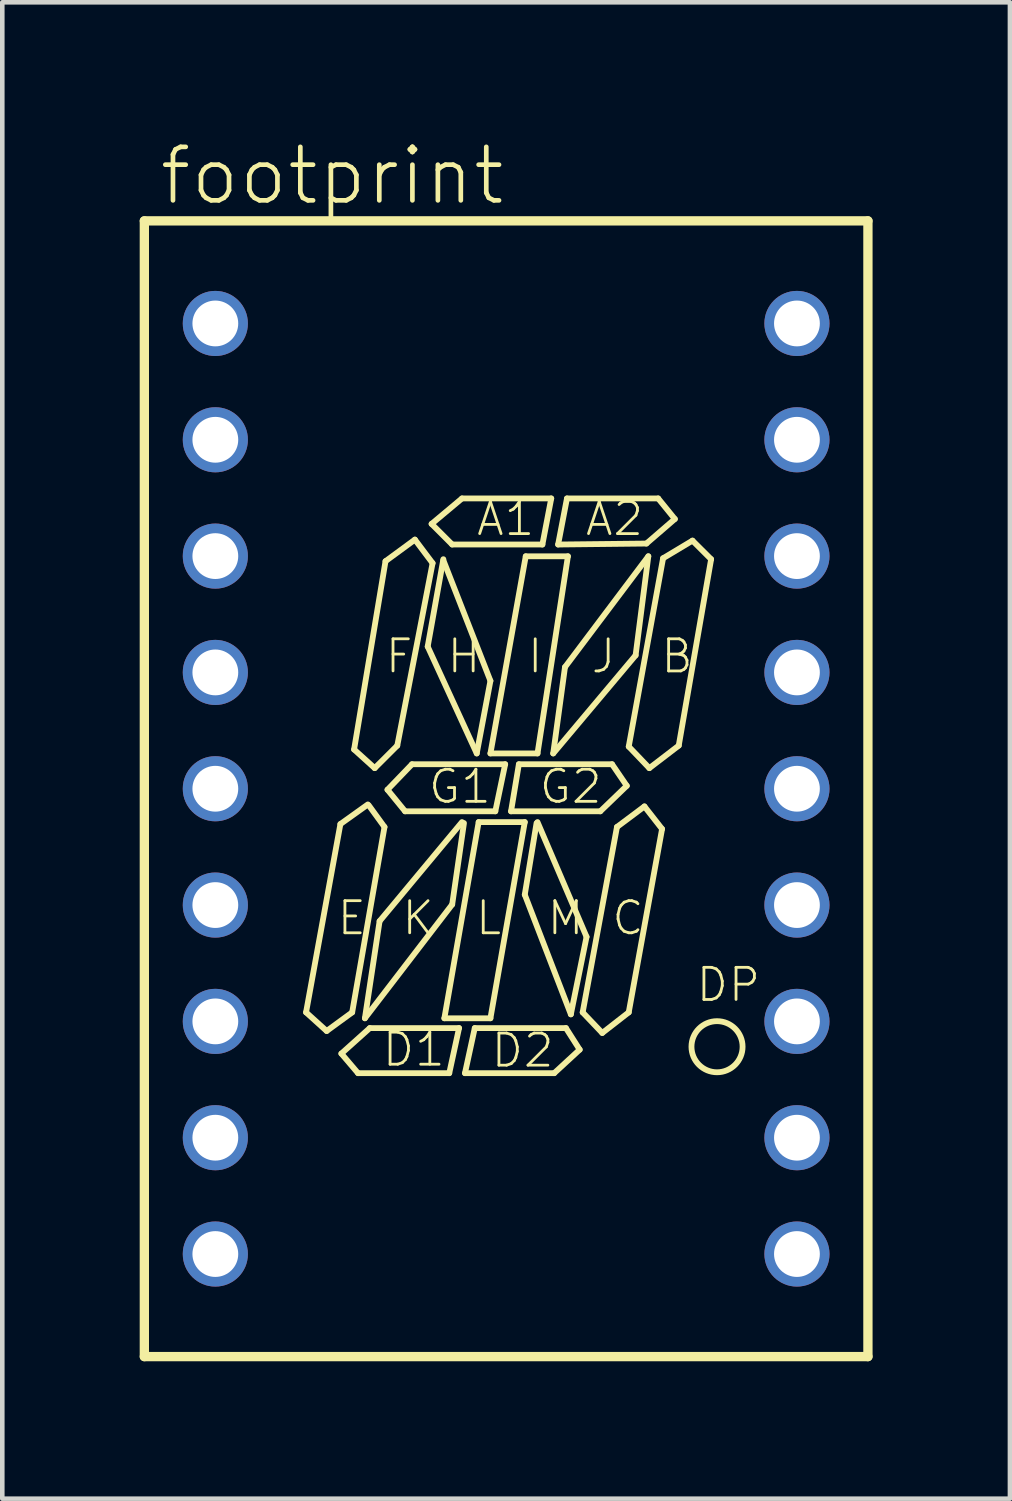
<source format=kicad_pcb>
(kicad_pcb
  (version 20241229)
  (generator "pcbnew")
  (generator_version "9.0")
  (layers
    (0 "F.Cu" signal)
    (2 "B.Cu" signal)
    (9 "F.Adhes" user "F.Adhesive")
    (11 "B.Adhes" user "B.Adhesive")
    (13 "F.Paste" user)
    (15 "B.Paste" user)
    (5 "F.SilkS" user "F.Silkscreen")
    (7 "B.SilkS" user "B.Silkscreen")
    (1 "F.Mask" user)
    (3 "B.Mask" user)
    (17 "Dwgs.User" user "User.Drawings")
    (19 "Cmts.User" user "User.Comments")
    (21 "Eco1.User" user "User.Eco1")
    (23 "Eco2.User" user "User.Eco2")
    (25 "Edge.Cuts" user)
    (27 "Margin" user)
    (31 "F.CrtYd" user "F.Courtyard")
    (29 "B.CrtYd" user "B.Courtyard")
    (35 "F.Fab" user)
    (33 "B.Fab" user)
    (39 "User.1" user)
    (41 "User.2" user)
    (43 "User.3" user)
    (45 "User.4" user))
  (footprint "footprint"
    (layer "F.Cu")
    (at 8.002 14.173)
    (property "Reference" "footprint" (at -7.62 -12.7 0) (layer "F.SilkS") (effects (font (size 1.168 1.168) (thickness 0.102)) (justify left bottom)))
    (fp_line (start -7.9 -12.4) (end 7.9 -12.4) (stroke (width 0.203) (type solid)) (layer "F.SilkS"))
    (fp_line (start -7.9 12.4) (end -7.9 -12.4) (stroke (width 0.203) (type solid)) (layer "F.SilkS"))
    (fp_line (start -4.369 4.883) (end -3.619 0.771) (stroke (width 0.127) (type solid)) (layer "F.SilkS"))
    (fp_line (start -3.919 5.29) (end -4.369 4.883) (stroke (width 0.127) (type solid)) (layer "F.SilkS"))
    (fp_line (start -3.619 0.771) (end -3.02 0.343) (stroke (width 0.127) (type solid)) (layer "F.SilkS"))
    (fp_line (start -3.598 5.783) (end -2.977 5.226) (stroke (width 0.127) (type solid)) (layer "F.SilkS"))
    (fp_line (start -3.362 4.883) (end -3.919 5.29) (stroke (width 0.127) (type solid)) (layer "F.SilkS"))
    (fp_line (start -3.32 -0.857) (end -2.634 -4.969) (stroke (width 0.127) (type solid)) (layer "F.SilkS"))
    (fp_line (start -3.234 6.211) (end -3.598 5.783) (stroke (width 0.127) (type solid)) (layer "F.SilkS"))
    (fp_line (start -3.084 5.012) (end -2.763 2.891) (stroke (width 0.127) (type solid)) (layer "F.SilkS"))
    (fp_line (start -2.998 0.364) (end -2.656 0.835) (stroke (width 0.127) (type solid)) (layer "F.SilkS"))
    (fp_line (start -2.977 5.226) (end -1.028 5.226) (stroke (width 0.127) (type solid)) (layer "F.SilkS"))
    (fp_line (start -2.87 -0.45) (end -3.32 -0.857) (stroke (width 0.127) (type solid)) (layer "F.SilkS"))
    (fp_line (start -2.763 2.891) (end -0.964 0.728) (stroke (width 0.127) (type solid)) (layer "F.SilkS"))
    (fp_line (start -2.656 0.835) (end -3.362 4.883) (stroke (width 0.127) (type solid)) (layer "F.SilkS"))
    (fp_line (start -2.634 -4.969) (end -1.992 -5.44) (stroke (width 0.127) (type solid)) (layer "F.SilkS"))
    (fp_line (start -2.591 0.021) (end -2.056 -0.535) (stroke (width 0.127) (type solid)) (layer "F.SilkS"))
    (fp_line (start -2.377 -0.942) (end -2.87 -0.45) (stroke (width 0.127) (type solid)) (layer "F.SilkS"))
    (fp_line (start -2.206 0.493) (end -2.591 0.021) (stroke (width 0.127) (type solid)) (layer "F.SilkS"))
    (fp_line (start -2.056 -0.535) (end -0.021 -0.535) (stroke (width 0.127) (type solid)) (layer "F.SilkS"))
    (fp_line (start -1.992 -5.44) (end -1.606 -4.926) (stroke (width 0.127) (type solid)) (layer "F.SilkS"))
    (fp_line (start -1.713 -3.105) (end -1.371 -5.012) (stroke (width 0.127) (type solid)) (layer "F.SilkS"))
    (fp_line (start -1.628 -5.783) (end -0.964 -6.339) (stroke (width 0.127) (type solid)) (layer "F.SilkS"))
    (fp_line (start -1.606 -4.926) (end -2.377 -0.942) (stroke (width 0.127) (type solid)) (layer "F.SilkS"))
    (fp_line (start -1.371 -4.99) (end -0.343 -2.356) (stroke (width 0.127) (type solid)) (layer "F.SilkS"))
    (fp_line (start -1.349 5.012) (end -0.6 0.728) (stroke (width 0.127) (type solid)) (layer "F.SilkS"))
    (fp_line (start -1.242 6.211) (end -3.234 6.211) (stroke (width 0.127) (type solid)) (layer "F.SilkS"))
    (fp_line (start -1.178 -5.333) (end -1.628 -5.783) (stroke (width 0.127) (type solid)) (layer "F.SilkS"))
    (fp_line (start -1.178 2.527) (end -3.084 5.012) (stroke (width 0.127) (type solid)) (layer "F.SilkS"))
    (fp_line (start -1.028 5.226) (end -1.242 6.211) (stroke (width 0.127) (type solid)) (layer "F.SilkS"))
    (fp_line (start -0.964 -6.339) (end 0.985 -6.339) (stroke (width 0.127) (type solid)) (layer "F.SilkS"))
    (fp_line (start -0.921 0.75) (end -1.178 2.527) (stroke (width 0.127) (type solid)) (layer "F.SilkS"))
    (fp_line (start -0.899 6.211) (end -0.685 5.226) (stroke (width 0.127) (type solid)) (layer "F.SilkS"))
    (fp_line (start -0.685 5.226) (end 1.306 5.226) (stroke (width 0.127) (type solid)) (layer "F.SilkS"))
    (fp_line (start -0.642 -0.771) (end -1.713 -3.105) (stroke (width 0.127) (type solid)) (layer "F.SilkS"))
    (fp_line (start -0.6 0.728) (end 0.407 0.728) (stroke (width 0.127) (type solid)) (layer "F.SilkS"))
    (fp_line (start -0.343 -2.356) (end -0.642 -0.771) (stroke (width 0.127) (type solid)) (layer "F.SilkS"))
    (fp_line (start -0.343 -0.771) (end 0.428 -5.076) (stroke (width 0.127) (type solid)) (layer "F.SilkS"))
    (fp_line (start -0.343 5.012) (end -1.349 5.012) (stroke (width 0.127) (type solid)) (layer "F.SilkS"))
    (fp_line (start -0.236 0.493) (end -2.206 0.493) (stroke (width 0.127) (type solid)) (layer "F.SilkS"))
    (fp_line (start -0.021 -0.535) (end -0.236 0.493) (stroke (width 0.127) (type solid)) (layer "F.SilkS"))
    (fp_line (start 0.107 0.493) (end 0.278 -0.535) (stroke (width 0.127) (type solid)) (layer "F.SilkS"))
    (fp_line (start 0.278 -0.535) (end 2.313 -0.535) (stroke (width 0.127) (type solid)) (layer "F.SilkS"))
    (fp_line (start 0.407 0.728) (end -0.343 5.012) (stroke (width 0.127) (type solid)) (layer "F.SilkS"))
    (fp_line (start 0.407 2.313) (end 0.664 0.75) (stroke (width 0.127) (type solid)) (layer "F.SilkS"))
    (fp_line (start 0.428 -5.076) (end 1.349 -5.076) (stroke (width 0.127) (type solid)) (layer "F.SilkS"))
    (fp_line (start 0.685 -0.771) (end -0.343 -0.771) (stroke (width 0.127) (type solid)) (layer "F.SilkS"))
    (fp_line (start 0.685 0.728) (end 1.756 3.234) (stroke (width 0.127) (type solid)) (layer "F.SilkS"))
    (fp_line (start 0.792 -5.333) (end -1.178 -5.333) (stroke (width 0.127) (type solid)) (layer "F.SilkS"))
    (fp_line (start 0.985 -6.339) (end 0.792 -5.333) (stroke (width 0.127) (type solid)) (layer "F.SilkS"))
    (fp_line (start 1.028 -0.771) (end 1.285 -2.656) (stroke (width 0.127) (type solid)) (layer "F.SilkS"))
    (fp_line (start 1.049 6.211) (end -0.899 6.211) (stroke (width 0.127) (type solid)) (layer "F.SilkS"))
    (fp_line (start 1.135 -5.333) (end 1.328 -6.339) (stroke (width 0.127) (type solid)) (layer "F.SilkS"))
    (fp_line (start 1.285 -2.656) (end 3.105 -5.076) (stroke (width 0.127) (type solid)) (layer "F.SilkS"))
    (fp_line (start 1.306 5.226) (end 1.606 5.697) (stroke (width 0.127) (type solid)) (layer "F.SilkS"))
    (fp_line (start 1.328 -6.339) (end 3.32 -6.339) (stroke (width 0.127) (type solid)) (layer "F.SilkS"))
    (fp_line (start 1.349 -5.076) (end 0.685 -0.771) (stroke (width 0.127) (type solid)) (layer "F.SilkS"))
    (fp_line (start 1.413 4.926) (end 0.407 2.313) (stroke (width 0.127) (type solid)) (layer "F.SilkS"))
    (fp_line (start 1.606 5.697) (end 1.049 6.211) (stroke (width 0.127) (type solid)) (layer "F.SilkS"))
    (fp_line (start 1.671 4.883) (end 2.42 0.835) (stroke (width 0.127) (type solid)) (layer "F.SilkS"))
    (fp_line (start 1.756 3.234) (end 1.413 4.926) (stroke (width 0.127) (type solid)) (layer "F.SilkS"))
    (fp_line (start 2.056 0.493) (end 0.107 0.493) (stroke (width 0.127) (type solid)) (layer "F.SilkS"))
    (fp_line (start 2.099 5.333) (end 1.671 4.883) (stroke (width 0.127) (type solid)) (layer "F.SilkS"))
    (fp_line (start 2.313 -0.535) (end 2.634 -0.064) (stroke (width 0.127) (type solid)) (layer "F.SilkS"))
    (fp_line (start 2.42 0.835) (end 3.02 0.386) (stroke (width 0.127) (type solid)) (layer "F.SilkS"))
    (fp_line (start 2.634 -0.064) (end 2.056 0.493) (stroke (width 0.127) (type solid)) (layer "F.SilkS"))
    (fp_line (start 2.677 -0.921) (end 3.427 -5.033) (stroke (width 0.127) (type solid)) (layer "F.SilkS"))
    (fp_line (start 2.677 4.883) (end 2.099 5.333) (stroke (width 0.127) (type solid)) (layer "F.SilkS"))
    (fp_line (start 2.827 -2.913) (end 1.028 -0.771) (stroke (width 0.127) (type solid)) (layer "F.SilkS"))
    (fp_line (start 3.02 0.386) (end 3.405 0.878) (stroke (width 0.127) (type solid)) (layer "F.SilkS"))
    (fp_line (start 3.063 -5.354) (end 1.135 -5.333) (stroke (width 0.127) (type solid)) (layer "F.SilkS"))
    (fp_line (start 3.105 -5.076) (end 2.827 -2.913) (stroke (width 0.127) (type solid)) (layer "F.SilkS"))
    (fp_line (start 3.127 -0.45) (end 2.677 -0.921) (stroke (width 0.127) (type solid)) (layer "F.SilkS"))
    (fp_line (start 3.32 -6.339) (end 3.684 -5.89) (stroke (width 0.127) (type solid)) (layer "F.SilkS"))
    (fp_line (start 3.405 0.878) (end 2.677 4.883) (stroke (width 0.127) (type solid)) (layer "F.SilkS"))
    (fp_line (start 3.427 -5.033) (end 4.069 -5.418) (stroke (width 0.127) (type solid)) (layer "F.SilkS"))
    (fp_line (start 3.684 -5.89) (end 3.063 -5.354) (stroke (width 0.127) (type solid)) (layer "F.SilkS"))
    (fp_line (start 3.769 -0.942) (end 3.127 -0.45) (stroke (width 0.127) (type solid)) (layer "F.SilkS"))
    (fp_line (start 4.069 -5.418) (end 4.476 -5.012) (stroke (width 0.127) (type solid)) (layer "F.SilkS"))
    (fp_line (start 4.476 -5.012) (end 3.769 -0.942) (stroke (width 0.127) (type solid)) (layer "F.SilkS"))
    (fp_line (start 7.9 -12.4) (end 7.9 12.4) (stroke (width 0.203) (type solid)) (layer "F.SilkS"))
    (fp_line (start 7.9 12.4) (end -7.9 12.4) (stroke (width 0.203) (type solid)) (layer "F.SilkS"))
    (fp_circle (center 4.605 5.633) (end 5.163 5.633) (stroke (width 0.127) (type solid)) (fill no) (layer "F.SilkS"))
    (fp_text user "A2" (at 1.692 -5.483 0) (layer "F.SilkS") (effects (font (size 0.701 0.701) (thickness 0.061)) (justify left bottom)))
    (fp_text user "M" (at 0.857 3.234 0) (layer "F.SilkS") (effects (font (size 0.701 0.701) (thickness 0.061)) (justify left bottom)))
    (fp_text user "L" (at -0.707 3.234 0) (layer "F.SilkS") (effects (font (size 0.701 0.701) (thickness 0.061)) (justify left bottom)))
    (fp_text user "D2" (at -0.364 6.125 0) (layer "F.SilkS") (effects (font (size 0.701 0.701) (thickness 0.061)) (justify left bottom)))
    (fp_text user "E" (at -3.727 3.234 0) (layer "F.SilkS") (effects (font (size 0.701 0.701) (thickness 0.061)) (justify left bottom)))
    (fp_text user "B" (at 3.341 -2.484 0) (layer "F.SilkS") (effects (font (size 0.701 0.701) (thickness 0.061)) (justify left bottom)))
    (fp_text user "J" (at 1.82 -2.484 0) (layer "F.SilkS") (effects (font (size 0.701 0.701) (thickness 0.061)) (justify left bottom)))
    (fp_text user "G1" (at -1.735 0.364 0) (layer "F.SilkS") (effects (font (size 0.701 0.701) (thickness 0.061)) (justify left bottom)))
    (fp_text user "A1" (at -0.685 -5.483 0) (layer "F.SilkS") (effects (font (size 0.701 0.701) (thickness 0.061)) (justify left bottom)))
    (fp_text user "D1" (at -2.741 6.104 0) (layer "F.SilkS") (effects (font (size 0.701 0.701) (thickness 0.061)) (justify left bottom)))
    (fp_text user "K" (at -2.313 3.234 0) (layer "F.SilkS") (effects (font (size 0.701 0.701) (thickness 0.061)) (justify left bottom)))
    (fp_text user "C" (at 2.27 3.234 0) (layer "F.SilkS") (effects (font (size 0.701 0.701) (thickness 0.061)) (justify left bottom)))
    (fp_text user "DP" (at 4.112 4.69 0) (layer "F.SilkS") (effects (font (size 0.701 0.701) (thickness 0.061)) (justify left bottom)))
    (fp_text user "H" (at -1.328 -2.484 0) (layer "F.SilkS") (effects (font (size 0.701 0.701) (thickness 0.061)) (justify left bottom)))
    (fp_text user "F" (at -2.677 -2.484 0) (layer "F.SilkS") (effects (font (size 0.701 0.701) (thickness 0.061)) (justify left bottom)))
    (fp_text user "G2" (at 0.685 0.364 0) (layer "F.SilkS") (effects (font (size 0.701 0.701) (thickness 0.061)) (justify left bottom)))
    (fp_text user "I" (at 0.428 -2.484 0) (layer "F.SilkS") (effects (font (size 0.701 0.701) (thickness 0.061)) (justify left bottom)))
    (pad "1" thru_hole circle (at -6.35 -10.16) (size 1.422 1.422) (drill 1) (layers "*.Cu" "*.Mask"))
    (pad "2" thru_hole circle (at -6.35 -7.62) (size 1.422 1.422) (drill 1) (layers "*.Cu" "*.Mask"))
    (pad "3" thru_hole circle (at -6.35 -5.08) (size 1.422 1.422) (drill 1) (layers "*.Cu" "*.Mask"))
    (pad "4" thru_hole circle (at -6.35 -2.54) (size 1.422 1.422) (drill 1) (layers "*.Cu" "*.Mask"))
    (pad "5" thru_hole circle (at -6.35 0) (size 1.422 1.422) (drill 1) (layers "*.Cu" "*.Mask"))
    (pad "6" thru_hole circle (at -6.35 2.54) (size 1.422 1.422) (drill 1) (layers "*.Cu" "*.Mask"))
    (pad "7" thru_hole circle (at -6.35 5.08) (size 1.422 1.422) (drill 1) (layers "*.Cu" "*.Mask"))
    (pad "8" thru_hole circle (at -6.35 7.62) (size 1.422 1.422) (drill 1) (layers "*.Cu" "*.Mask"))
    (pad "9" thru_hole circle (at -6.35 10.16) (size 1.422 1.422) (drill 1) (layers "*.Cu" "*.Mask"))
    (pad "10" thru_hole circle (at 6.35 10.16) (size 1.422 1.422) (drill 1) (layers "*.Cu" "*.Mask"))
    (pad "11" thru_hole circle (at 6.35 7.62) (size 1.422 1.422) (drill 1) (layers "*.Cu" "*.Mask"))
    (pad "12" thru_hole circle (at 6.35 5.08) (size 1.422 1.422) (drill 1) (layers "*.Cu" "*.Mask"))
    (pad "13" thru_hole circle (at 6.35 2.54) (size 1.422 1.422) (drill 1) (layers "*.Cu" "*.Mask"))
    (pad "14" thru_hole circle (at 6.35 0) (size 1.422 1.422) (drill 1) (layers "*.Cu" "*.Mask"))
    (pad "15" thru_hole circle (at 6.35 -2.54) (size 1.422 1.422) (drill 1) (layers "*.Cu" "*.Mask"))
    (pad "16" thru_hole circle (at 6.35 -5.08) (size 1.422 1.422) (drill 1) (layers "*.Cu" "*.Mask"))
    (pad "17" thru_hole circle (at 6.35 -7.62) (size 1.422 1.422) (drill 1) (layers "*.Cu" "*.Mask"))
    (pad "18" thru_hole circle (at 6.35 -10.16) (size 1.422 1.422) (drill 1) (layers "*.Cu" "*.Mask")))
  (gr_rect
    (start -3 -3)
    (end 19.003 29.675)
    (stroke (width 0.1) (type default))
    (fill no)
    (layer "Edge.Cuts")))
</source>
